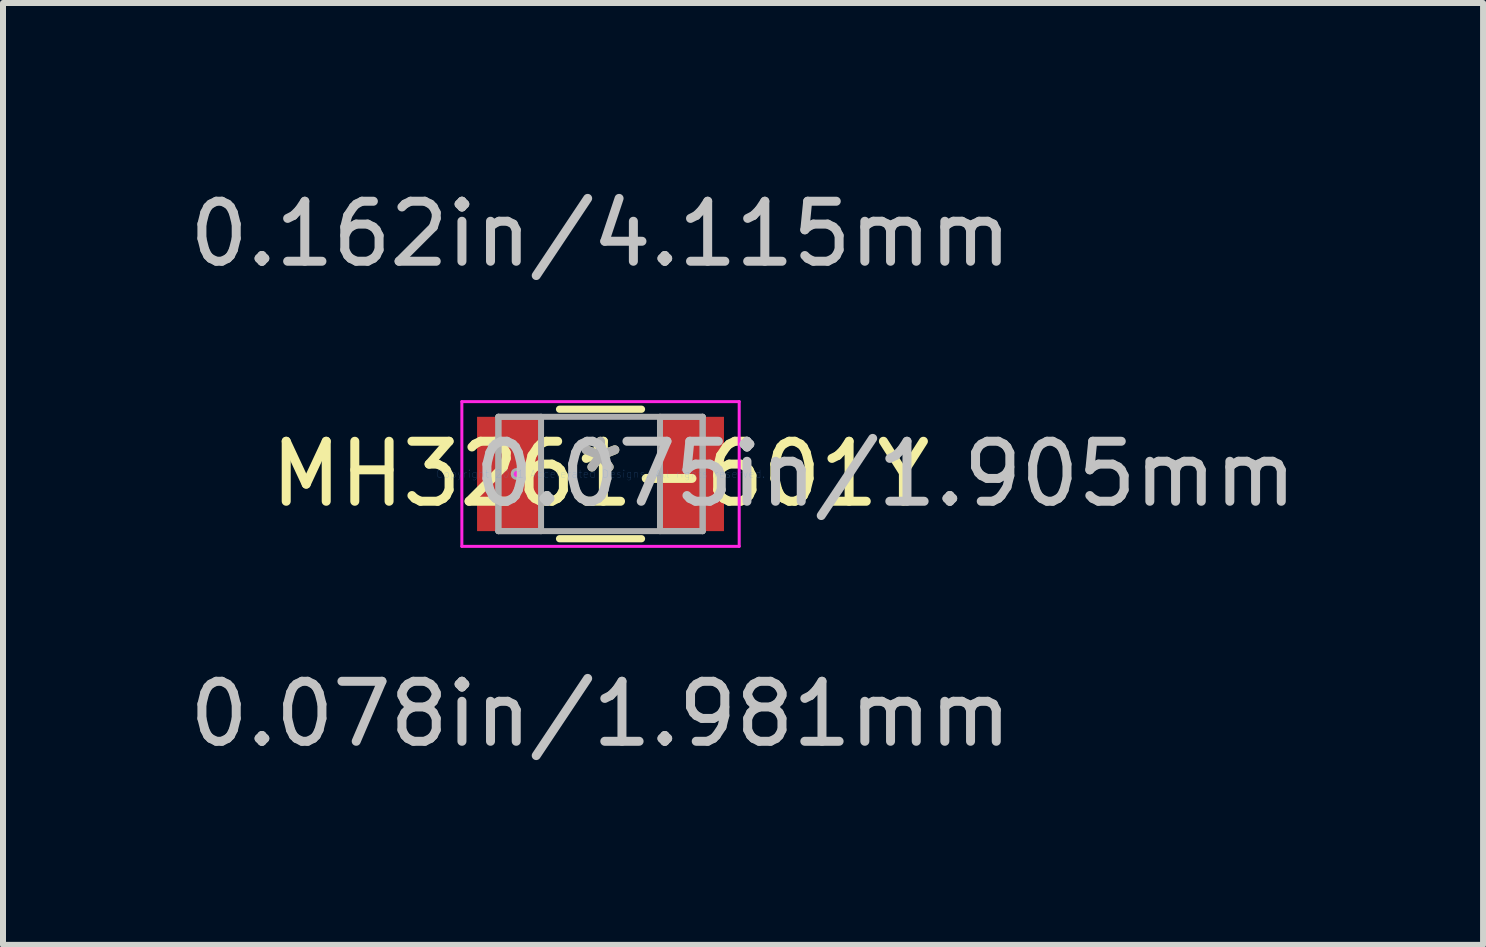
<source format=kicad_pcb>
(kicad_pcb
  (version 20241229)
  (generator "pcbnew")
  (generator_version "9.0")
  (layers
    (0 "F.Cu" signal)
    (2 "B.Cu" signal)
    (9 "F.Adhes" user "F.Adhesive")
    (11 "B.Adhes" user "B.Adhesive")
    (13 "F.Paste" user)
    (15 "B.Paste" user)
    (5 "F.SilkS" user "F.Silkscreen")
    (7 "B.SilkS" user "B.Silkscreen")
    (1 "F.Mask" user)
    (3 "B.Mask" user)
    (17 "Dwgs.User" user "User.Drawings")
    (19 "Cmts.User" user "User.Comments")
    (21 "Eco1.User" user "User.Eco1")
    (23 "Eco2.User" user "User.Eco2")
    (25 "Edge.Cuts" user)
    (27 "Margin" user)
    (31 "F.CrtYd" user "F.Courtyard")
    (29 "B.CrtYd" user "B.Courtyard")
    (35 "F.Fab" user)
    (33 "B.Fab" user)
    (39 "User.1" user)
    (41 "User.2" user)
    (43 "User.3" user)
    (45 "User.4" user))
  (footprint "MH3261-601Y"
    (layer "F.Cu")
    (at 6.958 4.849)
    (property "Reference" "MH3261-601Y" (at 0 0 0) (layer "F.SilkS") (effects (font (size 1 1) (thickness 0.15))))
    (attr through_hole)
    (fp_line (start -0.683 1.079) (end 0.683 1.079) (stroke (width 0.12) (type solid)) (layer "F.SilkS"))
    (fp_line (start 0.683 -1.079) (end -0.683 -1.079) (stroke (width 0.12) (type solid)) (layer "F.SilkS"))
    (fp_line (start -2.311 -1.206) (end 2.311 -1.206) (stroke (width 0.05) (type solid)) (layer "F.CrtYd"))
    (fp_line (start -2.311 1.206) (end -2.311 -1.206) (stroke (width 0.05) (type solid)) (layer "F.CrtYd"))
    (fp_line (start 2.311 -1.206) (end 2.311 1.206) (stroke (width 0.05) (type solid)) (layer "F.CrtYd"))
    (fp_line (start 2.311 1.206) (end -2.311 1.206) (stroke (width 0.05) (type solid)) (layer "F.CrtYd"))
    (fp_circle (center -1.397 0) (end -1.397 0) (stroke (width 0.05) (type solid)) (fill no) (layer "F.CrtYd"))
    (fp_line (start -1.702 -0.953) (end -1.702 0.953) (stroke (width 0.1) (type solid)) (layer "F.Fab"))
    (fp_line (start -1.702 -0.953) (end -1.702 0.953) (stroke (width 0.1) (type solid)) (layer "F.Fab"))
    (fp_line (start -1.702 0.953) (end -0.991 0.953) (stroke (width 0.1) (type solid)) (layer "F.Fab"))
    (fp_line (start -1.702 0.953) (end 1.702 0.953) (stroke (width 0.1) (type solid)) (layer "F.Fab"))
    (fp_line (start -0.991 -0.953) (end -1.702 -0.953) (stroke (width 0.1) (type solid)) (layer "F.Fab"))
    (fp_line (start -0.991 0.953) (end -0.991 -0.953) (stroke (width 0.1) (type solid)) (layer "F.Fab"))
    (fp_line (start 0.991 -0.953) (end 0.991 0.953) (stroke (width 0.1) (type solid)) (layer "F.Fab"))
    (fp_line (start 0.991 0.953) (end 1.702 0.953) (stroke (width 0.1) (type solid)) (layer "F.Fab"))
    (fp_line (start 1.702 -0.953) (end -1.702 -0.953) (stroke (width 0.1) (type solid)) (layer "F.Fab"))
    (fp_line (start 1.702 -0.953) (end 0.991 -0.953) (stroke (width 0.1) (type solid)) (layer "F.Fab"))
    (fp_line (start 1.702 0.953) (end 1.702 -0.953) (stroke (width 0.1) (type solid)) (layer "F.Fab"))
    (fp_line (start 1.702 0.953) (end 1.702 -0.953) (stroke (width 0.1) (type solid)) (layer "F.Fab"))
    (fp_circle (center -1.397 0) (end -1.397 0) (stroke (width 0.1) (type solid)) (fill no) (layer "F.Fab"))
    (fp_text user "*" (at 0 0 0) (layer "F.SilkS") (effects (font (size 1 1) (thickness 0.15))))
    (fp_text user "0.075in/1.905mm" (at 4.75 0 0) (layer "Dwgs.User") (effects (font (size 1 1) (thickness 0.15))))
    (fp_text user "0.078in/1.981mm" (at 0 4 0) (layer "Dwgs.User") (effects (font (size 1 1) (thickness 0.15))))
    (fp_text user "0.162in/4.115mm" (at 0 -4 0) (layer "Dwgs.User") (effects (font (size 1 1) (thickness 0.15))))
    (fp_text user "Copyright 2021 Accelerated Designs. All rights reserved." (at 0 0 0) (layer "Cmts.User") (effects (font (size 0.127 0.127) (thickness 0.002))))
    (fp_text user "*" (at 0 0 0) (layer "F.Fab") (effects (font (size 1 1) (thickness 0.15))))
    (pad "1" smd rect (at -1.524 0) (size 1.067 1.905) (layers "F.Cu" "F.Mask" "F.Paste"))
    (pad "2" smd rect (at 1.524 0) (size 1.067 1.905) (layers "F.Cu" "F.Mask" "F.Paste")))
  (gr_rect
    (start -3 -3)
    (end 21.666 12.697)
    (stroke (width 0.1) (type default))
    (fill no)
    (layer "Edge.Cuts")))
</source>
